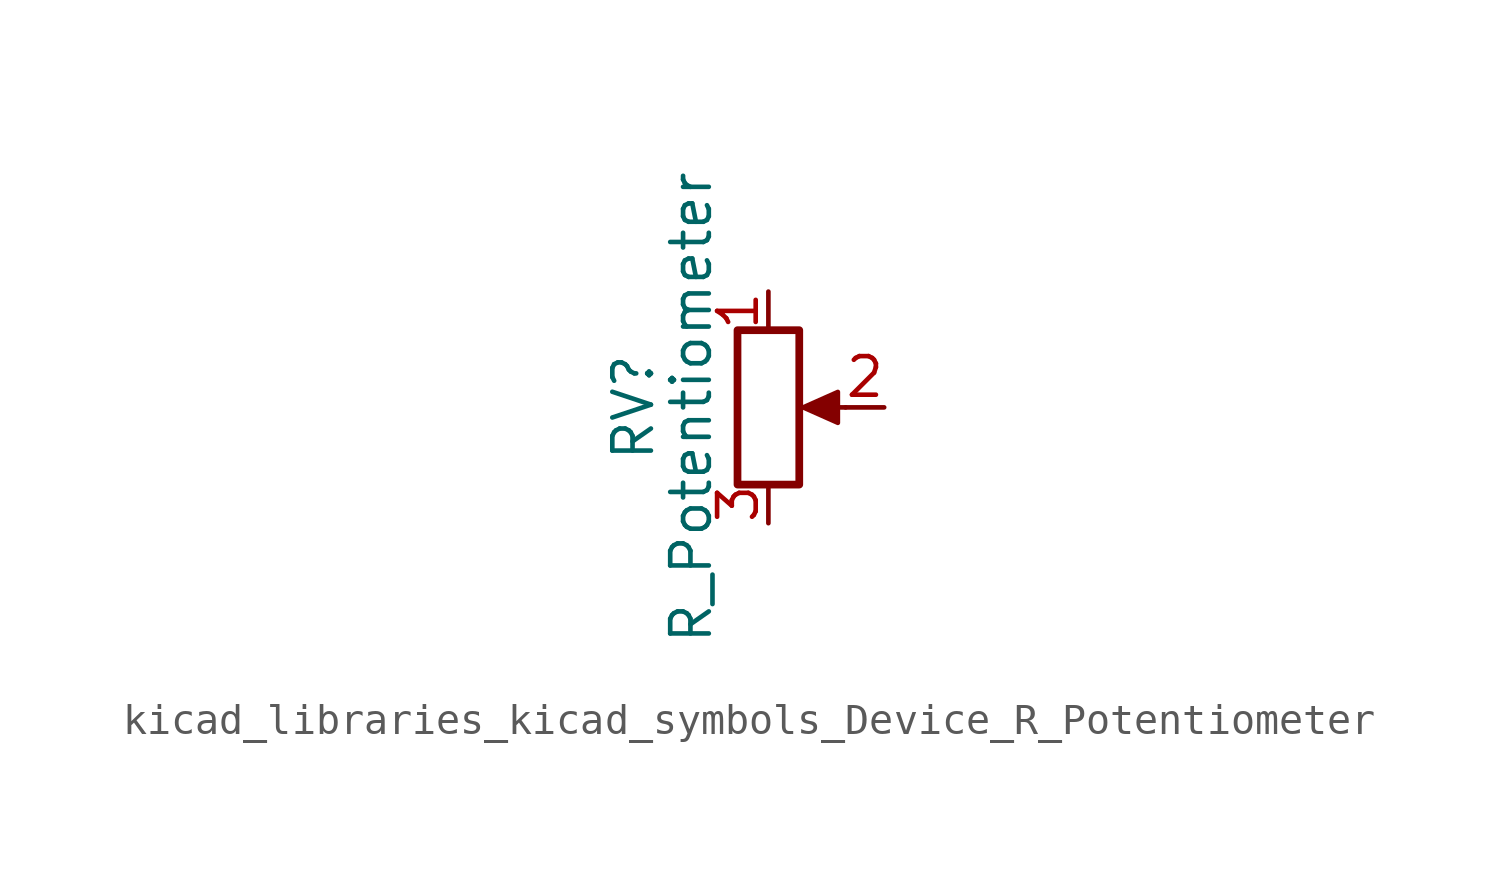
<source format=kicad_sym>
(kicad_symbol_lib
  (version 20220914)
  (generator kicad_symbol_editor)
  (symbol "kicad_libraries_kicad_symbols_Device_R_Potentiometer"
    (pin_names
      (offset 1.016) hide)
    (property "Reference" "RV"
      (at -4.445 0 90)
      (effects (font (size 1.27 1.27))))
    (property "Value" "R_Potentiometer"
      (at -2.54 0 90)
      (effects (font (size 1.27 1.27))))
    (symbol "kicad_libraries_kicad_symbols_Device_R_Potentiometer_0_1"
      (polyline (pts (xy 2.54 0) (xy 1.524 0)) (stroke (width 0) (type default)) (fill (type none)))
      (polyline (pts (xy 1.143 0) (xy 2.286 0.508) (xy 2.286 -0.508) (xy 1.143 0)) (stroke (width 0) (type default)) (fill (type outline)))
      (rectangle (start 1.016 2.54) (end -1.016 -2.54) (stroke (width 0.254) (type default)) (fill (type none))))
    (symbol "kicad_libraries_kicad_symbols_Device_R_Potentiometer_1_1"
      (pin passive line (at 0 3.81 270) (length 1.27) (name "1" (effects (font (size 1.27 1.27)))) (number "1" (effects (font (size 1.27 1.27)))))
      (pin passive line (at 3.81 0 180) (length 1.27) (name "2" (effects (font (size 1.27 1.27)))) (number "2" (effects (font (size 1.27 1.27)))))
      (pin passive line (at 0 -3.81 90) (length 1.27) (name "3" (effects (font (size 1.27 1.27)))) (number "3" (effects (font (size 1.27 1.27))))))))
</source>
